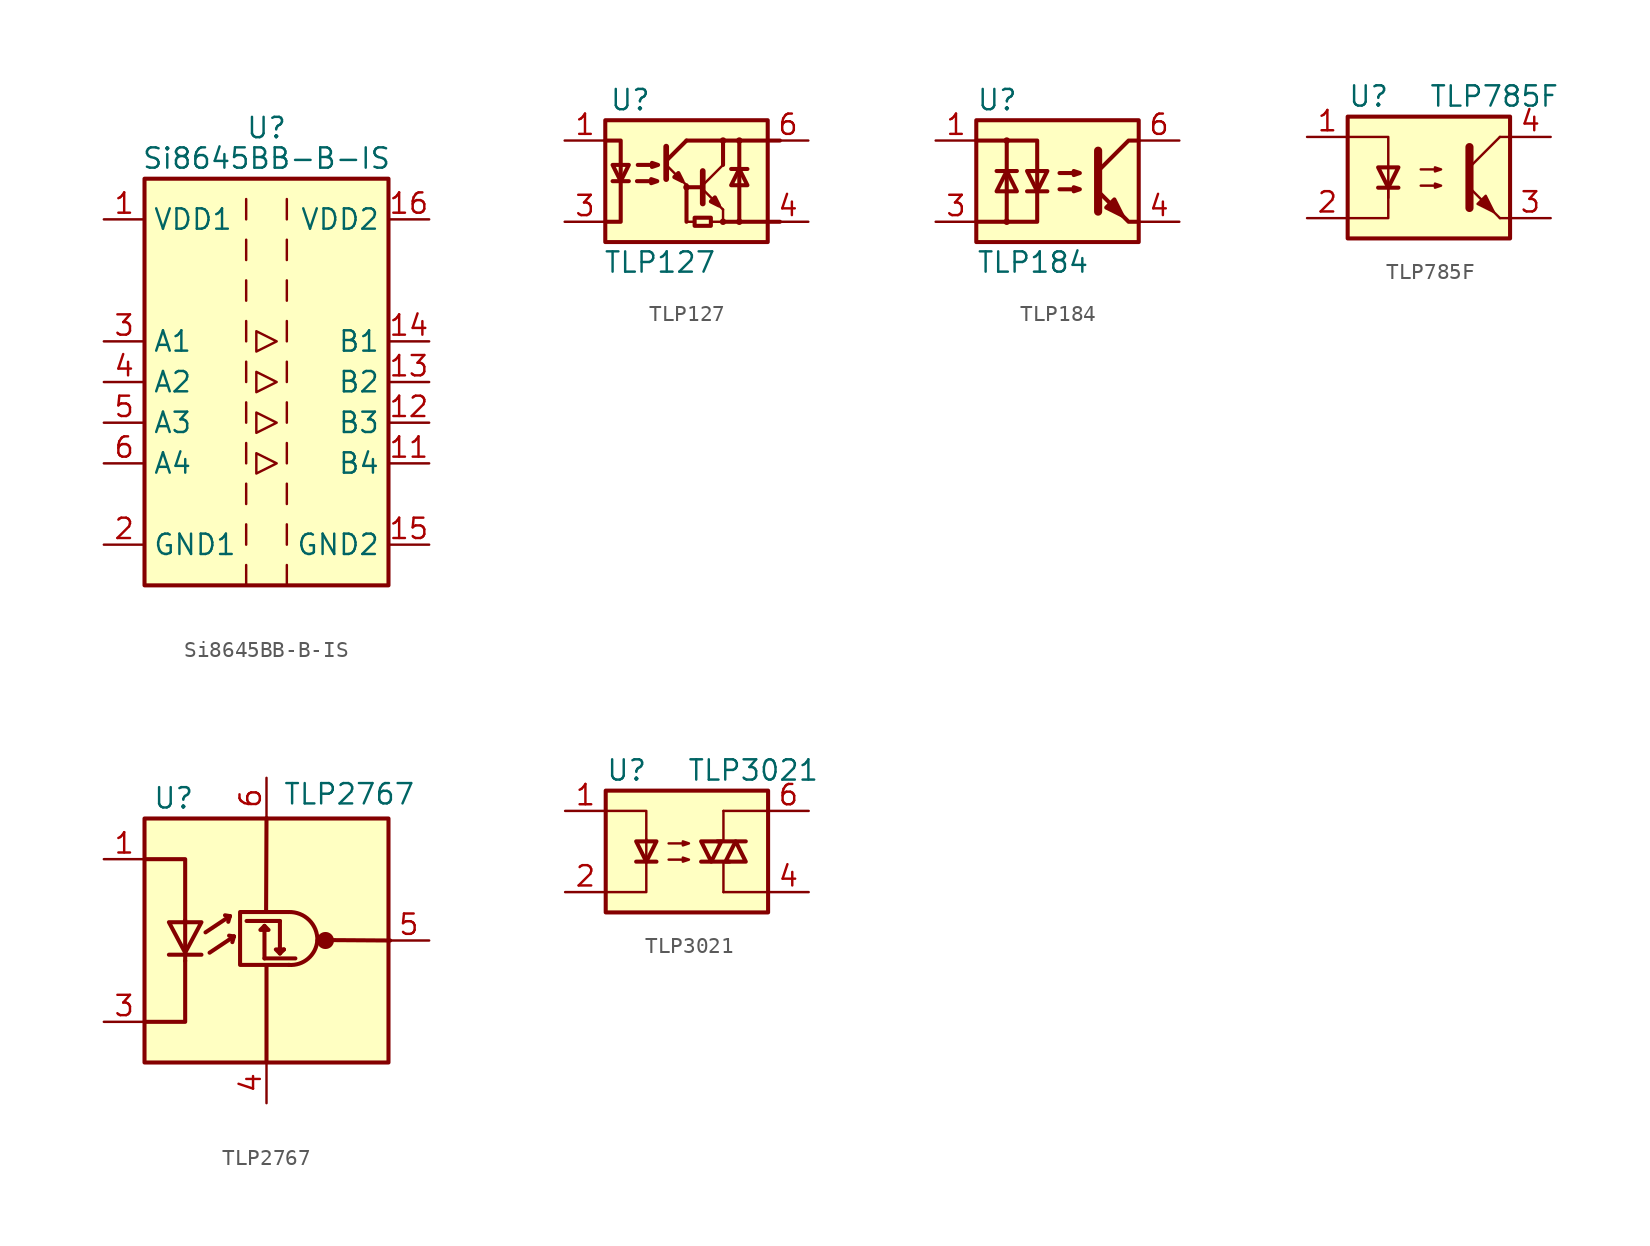
<source format=kicad_sym>
(kicad_symbol_lib
  (version 20201005)
  (generator kicad_symbol_editor)
  (symbol "Si8645BB-B-IS"
    (property "Reference" "U"
      (at 0 15.875 0)
      (effects (font (size 1.27 1.27))))
    (property "Value" "Si8645BB-B-IS"
      (at 0 13.97 0)
      (effects (font (size 1.27 1.27))))
    (symbol "Si8645BB-B-IS_0_1"
      (rectangle (start -7.62 12.7) (end 7.62 -12.7) (stroke (width 0.254)) (fill (type background)))
      (polyline (pts (xy -1.27 -11.43) (xy -1.27 -12.7)) (stroke (width 0)) (fill (type none)))
      (polyline (pts (xy -1.27 -8.89) (xy -1.27 -10.16)) (stroke (width 0)) (fill (type none)))
      (polyline (pts (xy -1.27 -6.35) (xy -1.27 -7.62)) (stroke (width 0)) (fill (type none)))
      (polyline (pts (xy -1.27 -3.81) (xy -1.27 -5.08)) (stroke (width 0)) (fill (type none)))
      (polyline (pts (xy -1.27 -1.27) (xy -1.27 -2.54)) (stroke (width 0)) (fill (type none)))
      (polyline (pts (xy -1.27 1.27) (xy -1.27 0)) (stroke (width 0)) (fill (type none)))
      (polyline (pts (xy -1.27 3.81) (xy -1.27 2.54)) (stroke (width 0)) (fill (type none)))
      (polyline (pts (xy -1.27 6.35) (xy -1.27 5.08)) (stroke (width 0)) (fill (type none)))
      (polyline (pts (xy -1.27 8.89) (xy -1.27 7.62)) (stroke (width 0)) (fill (type none)))
      (polyline (pts (xy -1.27 11.43) (xy -1.27 10.16)) (stroke (width 0)) (fill (type none)))
      (polyline (pts (xy 1.27 -11.43) (xy 1.27 -12.7)) (stroke (width 0)) (fill (type none)))
      (polyline (pts (xy 1.27 -8.89) (xy 1.27 -10.16)) (stroke (width 0)) (fill (type none)))
      (polyline (pts (xy 1.27 -6.35) (xy 1.27 -7.62)) (stroke (width 0)) (fill (type none)))
      (polyline (pts (xy 1.27 -3.81) (xy 1.27 -5.08)) (stroke (width 0)) (fill (type none)))
      (polyline (pts (xy 1.27 -1.27) (xy 1.27 -2.54)) (stroke (width 0)) (fill (type none)))
      (polyline (pts (xy 1.27 1.27) (xy 1.27 0)) (stroke (width 0)) (fill (type none)))
      (polyline (pts (xy 1.27 3.81) (xy 1.27 2.54)) (stroke (width 0)) (fill (type none)))
      (polyline (pts (xy 1.27 6.35) (xy 1.27 5.08)) (stroke (width 0)) (fill (type none)))
      (polyline (pts (xy 1.27 8.89) (xy 1.27 7.62)) (stroke (width 0)) (fill (type none)))
      (polyline (pts (xy 1.27 11.43) (xy 1.27 10.16)) (stroke (width 0)) (fill (type none)))
      (polyline (pts (xy -0.635 0.635) (xy -0.635 -0.635) (xy 0.635 0) (xy -0.635 0.635)) (stroke (width 0)) (fill (type none)))
      (polyline (pts (xy -0.635 3.175) (xy -0.635 1.905) (xy 0.635 2.54) (xy -0.635 3.175)) (stroke (width 0)) (fill (type none)))
      (polyline (pts (xy 0.635 -5.08) (xy -0.635 -4.445) (xy -0.635 -5.715) (xy 0.635 -5.08)) (stroke (width 0)) (fill (type none)))
      (polyline (pts (xy 0.635 -2.54) (xy -0.635 -1.905) (xy -0.635 -3.175) (xy 0.635 -2.54)) (stroke (width 0)) (fill (type none))))
    (symbol "Si8645BB-B-IS_1_1"
      (pin power_in line (at -10.16 10.16 0) (length 2.54) (name "VDD1" (effects (font (size 1.27 1.27)))) (number "1" (effects (font (size 1.27 1.27)))))
      (pin no_connect line (at 7.62 7.62 180) (length 2.54) hide (name "NC" (effects (font (size 1.27 1.27)))) (number "10" (effects (font (size 1.27 1.27)))))
      (pin output line (at 10.16 -5.08 180) (length 2.54) (name "B4" (effects (font (size 1.27 1.27)))) (number "11" (effects (font (size 1.27 1.27)))))
      (pin output line (at 10.16 -2.54 180) (length 2.54) (name "B3" (effects (font (size 1.27 1.27)))) (number "12" (effects (font (size 1.27 1.27)))))
      (pin output line (at 10.16 0 180) (length 2.54) (name "B2" (effects (font (size 1.27 1.27)))) (number "13" (effects (font (size 1.27 1.27)))))
      (pin output line (at 10.16 2.54 180) (length 2.54) (name "B1" (effects (font (size 1.27 1.27)))) (number "14" (effects (font (size 1.27 1.27)))))
      (pin power_in line (at 10.16 -10.16 180) (length 2.54) (name "GND2" (effects (font (size 1.27 1.27)))) (number "15" (effects (font (size 1.27 1.27)))))
      (pin power_in line (at 10.16 10.16 180) (length 2.54) (name "VDD2" (effects (font (size 1.27 1.27)))) (number "16" (effects (font (size 1.27 1.27)))))
      (pin power_in line (at -10.16 -10.16 0) (length 2.54) (name "GND1" (effects (font (size 1.27 1.27)))) (number "2" (effects (font (size 1.27 1.27)))))
      (pin input line (at -10.16 2.54 0) (length 2.54) (name "A1" (effects (font (size 1.27 1.27)))) (number "3" (effects (font (size 1.27 1.27)))))
      (pin input line (at -10.16 0 0) (length 2.54) (name "A2" (effects (font (size 1.27 1.27)))) (number "4" (effects (font (size 1.27 1.27)))))
      (pin input line (at -10.16 -2.54 0) (length 2.54) (name "A3" (effects (font (size 1.27 1.27)))) (number "5" (effects (font (size 1.27 1.27)))))
      (pin input line (at -10.16 -5.08 0) (length 2.54) (name "A4" (effects (font (size 1.27 1.27)))) (number "6" (effects (font (size 1.27 1.27)))))
      (pin no_connect line (at -7.62 7.62 0) (length 2.54) hide (name "NC" (effects (font (size 1.27 1.27)))) (number "7" (effects (font (size 1.27 1.27)))))
      (pin passive line (at -10.16 -10.16 0) (length 2.54) hide (name "GND1" (effects (font (size 1.27 1.27)))) (number "8" (effects (font (size 1.27 1.27)))))
      (pin passive line (at 10.16 -10.16 180) (length 2.54) hide (name "GND2" (effects (font (size 1.27 1.27)))) (number "9" (effects (font (size 1.27 1.27)))))))
  (symbol "TLP127"
    (pin_names
      (offset 1.016))
    (property "Reference" "U"
      (at -4.826 5.08 0)
      (effects (font (size 1.27 1.27)) (justify left)))
    (property "Value" "TLP127"
      (at -5.207 -5.08 0)
      (effects (font (size 1.27 1.27)) (justify left)))
    (symbol "TLP127_0_1"
      (circle (center 0 -0.381) (radius 0.127) (stroke (width 0)) (fill (type none)))
      (circle (center 2.286 -2.54) (radius 0.127) (stroke (width 0)) (fill (type none)))
      (circle (center 2.286 2.54) (radius 0.127) (stroke (width 0)) (fill (type none)))
      (circle (center 3.302 -2.54) (radius 0.127) (stroke (width 0)) (fill (type none)))
      (circle (center 3.302 2.54) (radius 0.127) (stroke (width 0)) (fill (type none)))
      (rectangle (start -5.08 3.81) (end 5.08 -3.81) (stroke (width 0.254)) (fill (type background)))
      (rectangle (start 0 -2.54) (end 0.508 -2.54) (stroke (width 0)) (fill (type none)))
      (rectangle (start 0 -0.254) (end 0 -2.54) (stroke (width 0.254)) (fill (type none)))
      (rectangle (start 0.508 -2.286) (end 1.524 -2.794) (stroke (width 0.254)) (fill (type none)))
      (rectangle (start 1.524 -2.54) (end 2.286 -2.54) (stroke (width 0)) (fill (type none)))
      (polyline (pts (xy -4.623 0) (xy -3.607 0)) (stroke (width 0.254)) (fill (type none)))
      (polyline (pts (xy -1.27 1.016) (xy 0 -0.254)) (stroke (width 0)) (fill (type none)))
      (polyline (pts (xy -1.27 1.27) (xy 0 2.54)) (stroke (width 0.254)) (fill (type none)))
      (polyline (pts (xy -1.27 2.159) (xy -1.27 0.127)) (stroke (width 0.356)) (fill (type none)))
      (polyline (pts (xy 0 2.54) (xy 5.842 2.54)) (stroke (width 0.254)) (fill (type none)))
      (polyline (pts (xy 1.016 -0.508) (xy 2.286 -1.778)) (stroke (width 0)) (fill (type none)))
      (polyline (pts (xy 1.016 -0.381) (xy 0 -0.381)) (stroke (width 0.254)) (fill (type none)))
      (polyline (pts (xy 1.016 -0.254) (xy 2.286 1.016)) (stroke (width 0)) (fill (type none)))
      (polyline (pts (xy 2.286 -2.54) (xy 5.842 -2.54)) (stroke (width 0.254)) (fill (type none)))
      (polyline (pts (xy 2.286 -1.778) (xy 2.286 -2.54)) (stroke (width 0)) (fill (type none)))
      (polyline (pts (xy 2.286 1.016) (xy 2.286 2.54)) (stroke (width 0.254)) (fill (type none)))
      (polyline (pts (xy 2.794 0.762) (xy 3.81 0.762)) (stroke (width 0.254)) (fill (type none)))
      (polyline (pts (xy 3.302 -2.54) (xy 3.302 2.54)) (stroke (width 0.254)) (fill (type none)))
      (polyline (pts (xy 3.302 0.635) (xy 3.302 2.54)) (stroke (width 0)) (fill (type none)))
      (polyline (pts (xy 1.016 0.635) (xy 1.016 -1.397) (xy 1.016 -1.397)) (stroke (width 0.356)) (fill (type none)))
      (polyline (pts (xy -5.08 2.54) (xy -4.115 2.54) (xy -4.115 -2.54) (xy -5.08 -2.54)) (stroke (width 0.254)) (fill (type none)))
      (polyline (pts (xy -4.115 0) (xy -3.607 1.016) (xy -4.623 1.016) (xy -4.115 0)) (stroke (width 0.254)) (fill (type none)))
      (polyline (pts (xy -0.254 0) (xy -0.508 0.508) (xy -0.762 0.254) (xy -0.254 0)) (stroke (width 0.254)) (fill (type none)))
      (polyline (pts (xy 2.032 -1.524) (xy 1.778 -1.016) (xy 1.524 -1.27) (xy 2.032 -1.524)) (stroke (width 0.254)) (fill (type none)))
      (polyline (pts (xy 3.302 0.762) (xy 2.794 -0.254) (xy 3.81 -0.254) (xy 3.302 0.762)) (stroke (width 0.254)) (fill (type none)))
      (polyline (pts (xy -3.099 0) (xy -1.829 0) (xy -2.21 -0.127) (xy -2.21 0.127) (xy -1.829 0)) (stroke (width 0.254)) (fill (type none)))
      (polyline (pts (xy -3.048 1.016) (xy -1.778 1.016) (xy -2.159 0.889) (xy -2.159 1.143) (xy -1.778 1.016)) (stroke (width 0.254)) (fill (type none))))
    (symbol "TLP127_1_1"
      (pin passive line (at -7.62 2.54 0) (length 2.54) (name "~" (effects (font (size 1.27 1.27)))) (number "1" (effects (font (size 1.27 1.27)))))
      (pin passive line (at -7.62 -2.54 0) (length 2.54) (name "~" (effects (font (size 1.27 1.27)))) (number "3" (effects (font (size 1.27 1.27)))))
      (pin passive line (at 7.62 -2.54 180) (length 2.54) (name "~" (effects (font (size 1.27 1.27)))) (number "4" (effects (font (size 1.27 1.27)))))
      (pin open_collector line (at 7.62 2.54 180) (length 2.54) (name "~" (effects (font (size 1.27 1.27)))) (number "6" (effects (font (size 1.27 1.27)))))))
  (symbol "TLP184"
    (property "Reference" "U"
      (at -5.08 5.08 0)
      (effects (font (size 1.27 1.27)) (justify left)))
    (property "Value" "TLP184"
      (at -5.08 -5.08 0)
      (effects (font (size 1.27 1.27)) (justify left)))
    (symbol "TLP184_0_1"
      (circle (center -3.175 -2.54) (radius 0.127) (stroke (width 0)) (fill (type none)))
      (circle (center -3.175 2.54) (radius 0.127) (stroke (width 0)) (fill (type none)))
      (rectangle (start -5.08 3.81) (end 5.08 -3.81) (stroke (width 0.254)) (fill (type background)))
      (polyline (pts (xy -3.81 0.635) (xy -2.54 0.635)) (stroke (width 0.254)) (fill (type none)))
      (polyline (pts (xy -1.905 -0.635) (xy -0.635 -0.635)) (stroke (width 0.254)) (fill (type none)))
      (polyline (pts (xy 2.54 1.905) (xy 2.54 -1.905) (xy 2.54 -1.905)) (stroke (width 0.508)) (fill (type none)))
      (polyline (pts (xy 5.08 -2.54) (xy 4.445 -2.54) (xy 2.54 -0.635)) (stroke (width 0.254)) (fill (type none)))
      (polyline (pts (xy 5.08 2.54) (xy 4.445 2.54) (xy 2.54 0.635)) (stroke (width 0.254)) (fill (type none)))
      (polyline (pts (xy -5.08 2.54) (xy -3.175 2.54) (xy -3.175 -2.54) (xy -5.08 -2.54)) (stroke (width 0.254)) (fill (type none)))
      (polyline (pts (xy -3.175 -2.54) (xy -1.27 -2.54) (xy -1.27 2.54) (xy -3.175 2.54)) (stroke (width 0.254)) (fill (type none)))
      (polyline (pts (xy -3.175 0.635) (xy -3.81 -0.635) (xy -2.54 -0.635) (xy -3.175 0.635)) (stroke (width 0.254)) (fill (type none)))
      (polyline (pts (xy -1.27 -0.635) (xy -1.905 0.635) (xy -0.635 0.635) (xy -1.27 -0.635)) (stroke (width 0.254)) (fill (type none)))
      (polyline (pts (xy 0.127 -0.508) (xy 1.397 -0.508) (xy 1.016 -0.635) (xy 1.016 -0.381) (xy 1.397 -0.508)) (stroke (width 0.254)) (fill (type none)))
      (polyline (pts (xy 0.127 0.508) (xy 1.397 0.508) (xy 1.016 0.381) (xy 1.016 0.635) (xy 1.397 0.508)) (stroke (width 0.254)) (fill (type none)))
      (polyline (pts (xy 3.048 -1.651) (xy 3.556 -1.143) (xy 4.064 -2.159) (xy 3.048 -1.651) (xy 3.048 -1.651)) (stroke (width 0.254)) (fill (type outline))))
    (symbol "TLP184_1_1"
      (pin passive line (at -7.62 2.54 0) (length 2.54) (name "~" (effects (font (size 1.27 1.27)))) (number "1" (effects (font (size 1.27 1.27)))))
      (pin passive line (at -7.62 -2.54 0) (length 2.54) (name "~" (effects (font (size 1.27 1.27)))) (number "3" (effects (font (size 1.27 1.27)))))
      (pin passive line (at 7.62 -2.54 180) (length 2.54) (name "~" (effects (font (size 1.27 1.27)))) (number "4" (effects (font (size 1.27 1.27)))))
      (pin passive line (at 7.62 2.54 180) (length 2.54) (name "~" (effects (font (size 1.27 1.27)))) (number "6" (effects (font (size 1.27 1.27)))))))
  (symbol "TLP785F"
    (pin_names
      (offset 1.016))
    (property "Reference" "U"
      (at -5.08 5.08 0)
      (effects (font (size 1.27 1.27)) (justify left)))
    (property "Value" "TLP785F"
      (at 0 5.08 0)
      (effects (font (size 1.27 1.27)) (justify left)))
    (symbol "TLP785F_0_1"
      (rectangle (start -5.08 3.81) (end 5.08 -3.81) (stroke (width 0.254)) (fill (type background)))
      (polyline (pts (xy -3.175 -0.635) (xy -1.905 -0.635)) (stroke (width 0.254)) (fill (type none)))
      (polyline (pts (xy 2.54 0.635) (xy 4.445 2.54)) (stroke (width 0)) (fill (type none)))
      (polyline (pts (xy 4.445 -2.54) (xy 2.54 -0.635)) (stroke (width 0)) (fill (type outline)))
      (polyline (pts (xy 4.445 -2.54) (xy 5.08 -2.54)) (stroke (width 0)) (fill (type none)))
      (polyline (pts (xy 4.445 2.54) (xy 5.08 2.54)) (stroke (width 0)) (fill (type none)))
      (polyline (pts (xy -2.54 -0.635) (xy -2.54 -2.54) (xy -5.08 -2.54)) (stroke (width 0)) (fill (type none)))
      (polyline (pts (xy 2.54 1.905) (xy 2.54 -1.905) (xy 2.54 -1.905)) (stroke (width 0.508)) (fill (type none)))
      (polyline (pts (xy -5.08 2.54) (xy -2.54 2.54) (xy -2.54 -1.27) (xy -2.54 0.635)) (stroke (width 0)) (fill (type none)))
      (polyline (pts (xy -2.54 -0.635) (xy -3.175 0.635) (xy -1.905 0.635) (xy -2.54 -0.635)) (stroke (width 0.254)) (fill (type none)))
      (polyline (pts (xy -0.508 -0.508) (xy 0.762 -0.508) (xy 0.381 -0.635) (xy 0.381 -0.381) (xy 0.762 -0.508)) (stroke (width 0)) (fill (type none)))
      (polyline (pts (xy -0.508 0.508) (xy 0.762 0.508) (xy 0.381 0.381) (xy 0.381 0.635) (xy 0.762 0.508)) (stroke (width 0)) (fill (type none)))
      (polyline (pts (xy 3.048 -1.651) (xy 3.556 -1.143) (xy 4.064 -2.159) (xy 3.048 -1.651) (xy 3.048 -1.651)) (stroke (width 0)) (fill (type outline))))
    (symbol "TLP785F_1_1"
      (pin passive line (at -7.62 2.54 0) (length 2.54) (name "~" (effects (font (size 1.27 1.27)))) (number "1" (effects (font (size 1.27 1.27)))))
      (pin passive line (at -7.62 -2.54 0) (length 2.54) (name "~" (effects (font (size 1.27 1.27)))) (number "2" (effects (font (size 1.27 1.27)))))
      (pin passive line (at 7.62 -2.54 180) (length 2.54) (name "~" (effects (font (size 1.27 1.27)))) (number "3" (effects (font (size 1.27 1.27)))))
      (pin passive line (at 7.62 2.54 180) (length 2.54) (name "~" (effects (font (size 1.27 1.27)))) (number "4" (effects (font (size 1.27 1.27)))))))
  (symbol "TLP2767"
    (pin_names
      (offset 1.016) hide)
    (property "Reference" "U"
      (at -7.112 8.89 0)
      (effects (font (size 1.27 1.27)) (justify left)))
    (property "Value" "TLP2767"
      (at 1.016 9.144 0)
      (effects (font (size 1.27 1.27)) (justify left)))
    (symbol "TLP2767_0_1"
      (arc (start 3.175 0) (end 1.397 1.778) (radius (at 1.4224 0) (length 1.7526) (angles 0 90.8)) (stroke (width 0.254)) (fill (type none)))
      (arc (start 3.175 0) (end 1.397 -1.524) (radius (at 1.524 0.127) (length 1.651) (angles -4.4 -94.4)) (stroke (width 0.254)) (fill (type none)))
      (circle (center 3.683 0) (radius 0.457) (stroke (width 0)) (fill (type outline)))
      (rectangle (start -7.62 7.62) (end 7.62 -7.62) (stroke (width 0.254)) (fill (type background)))
      (polyline (pts (xy -6.096 -0.889) (xy -4.064 -0.889)) (stroke (width 0.254)) (fill (type none)))
      (polyline (pts (xy -5.08 -1.27) (xy -5.08 -0.762)) (stroke (width 0.254)) (fill (type none)))
      (polyline (pts (xy -5.08 1.27) (xy -5.08 -0.762)) (stroke (width 0.254)) (fill (type none)))
      (polyline (pts (xy -3.81 0.508) (xy -2.286 1.524)) (stroke (width 0.254)) (fill (type none)))
      (polyline (pts (xy -3.556 -0.762) (xy -2.032 0.254)) (stroke (width 0.254)) (fill (type none)))
      (polyline (pts (xy -2.286 1.524) (xy -2.591 1.575)) (stroke (width 0.254)) (fill (type none)))
      (polyline (pts (xy -2.286 1.524) (xy -2.388 1.168)) (stroke (width 0.254)) (fill (type none)))
      (polyline (pts (xy -2.032 0.254) (xy -2.337 0.305)) (stroke (width 0.254)) (fill (type none)))
      (polyline (pts (xy -2.032 0.254) (xy -2.134 -0.102)) (stroke (width 0.254)) (fill (type none)))
      (polyline (pts (xy -0.127 -1.118) (xy 1.803 -1.118)) (stroke (width 0.254)) (fill (type none)))
      (polyline (pts (xy -0.127 0.914) (xy -0.127 -1.118)) (stroke (width 0.254)) (fill (type none)))
      (polyline (pts (xy 0 -7.595) (xy 0 -1.575)) (stroke (width 0.254)) (fill (type none)))
      (polyline (pts (xy 0 7.645) (xy -0.025 1.829)) (stroke (width 0.254)) (fill (type none)))
      (polyline (pts (xy 0.838 1.219) (xy -1.245 1.219)) (stroke (width 0.254)) (fill (type none)))
      (polyline (pts (xy 4.064 0.025) (xy 7.722 0)) (stroke (width 0.254)) (fill (type none)))
      (polyline (pts (xy -7.62 -5.08) (xy -5.08 -5.08) (xy -5.08 -1.27)) (stroke (width 0.254)) (fill (type none)))
      (polyline (pts (xy -5.08 1.27) (xy -5.08 5.08) (xy -7.62 5.08)) (stroke (width 0.254)) (fill (type none)))
      (polyline (pts (xy 0.838 -0.813) (xy 0.584 -0.559) (xy 1.092 -0.559)) (stroke (width 0.254)) (fill (type none)))
      (polyline (pts (xy 0.838 1.219) (xy 0.838 -0.813) (xy 1.092 -0.559)) (stroke (width 0.254)) (fill (type none)))
      (polyline (pts (xy -6.096 1.143) (xy -4.064 1.143) (xy -5.08 -0.762) (xy -6.096 1.143)) (stroke (width 0.254)) (fill (type none)))
      (polyline (pts (xy -0.127 0.914) (xy -0.381 0.66) (xy 0.127 0.66) (xy -0.127 0.914)) (stroke (width 0.254)) (fill (type none)))
      (polyline (pts (xy 1.397 1.778) (xy -1.651 1.778) (xy -1.651 -1.524) (xy 1.397 -1.524)) (stroke (width 0.254)) (fill (type none))))
    (symbol "TLP2767_1_1"
      (pin passive line (at -10.16 5.08 0) (length 2.54) (name "A" (effects (font (size 1.27 1.27)))) (number "1" (effects (font (size 1.27 1.27)))))
      (pin no_connect line (at -7.62 0 0) (length 2.54) hide (name "NC" (effects (font (size 1.27 1.27)))) (number "2" (effects (font (size 1.27 1.27)))))
      (pin passive line (at -10.16 -5.08 0) (length 2.54) (name "K" (effects (font (size 1.27 1.27)))) (number "3" (effects (font (size 1.27 1.27)))))
      (pin power_in line (at 0 -10.16 90) (length 2.54) (name "GND" (effects (font (size 1.27 1.27)))) (number "4" (effects (font (size 1.27 1.27)))))
      (pin output line (at 10.16 0 180) (length 2.54) (name "VO" (effects (font (size 1.27 1.27)))) (number "5" (effects (font (size 1.27 1.27)))))
      (pin power_in line (at 0 10.16 270) (length 2.54) (name "VDD" (effects (font (size 1.27 1.27)))) (number "6" (effects (font (size 1.27 1.27)))))))
  (symbol "TLP3021"
    (pin_names
      (offset 1.016))
    (property "Reference" "U"
      (at -5.08 5.08 0)
      (effects (font (size 1.27 1.27)) (justify left)))
    (property "Value" "TLP3021"
      (at 0 5.08 0)
      (effects (font (size 1.27 1.27)) (justify left)))
    (symbol "TLP3021_0_1"
      (rectangle (start -5.08 3.81) (end 5.08 -3.81) (stroke (width 0.254)) (fill (type background)))
      (polyline (pts (xy -3.175 -0.635) (xy -1.905 -0.635)) (stroke (width 0.254)) (fill (type none)))
      (polyline (pts (xy 1.905 0.635) (xy 3.683 0.635)) (stroke (width 0.254)) (fill (type none)))
      (polyline (pts (xy 2.286 -2.54) (xy 2.286 -0.635)) (stroke (width 0)) (fill (type none)))
      (polyline (pts (xy 2.286 -2.54) (xy 5.08 -2.54)) (stroke (width 0)) (fill (type none)))
      (polyline (pts (xy 2.286 2.54) (xy 2.286 0.635)) (stroke (width 0)) (fill (type none)))
      (polyline (pts (xy 2.286 2.54) (xy 5.08 2.54)) (stroke (width 0)) (fill (type none)))
      (polyline (pts (xy 2.667 -0.635) (xy 0.889 -0.635)) (stroke (width 0.254)) (fill (type none)))
      (polyline (pts (xy -5.08 2.54) (xy -2.54 2.54) (xy -2.54 0.635)) (stroke (width 0)) (fill (type none)))
      (polyline (pts (xy -2.54 0.762) (xy -2.54 -2.54) (xy -5.08 -2.54)) (stroke (width 0)) (fill (type none)))
      (polyline (pts (xy -2.54 -0.635) (xy -3.175 0.635) (xy -1.905 0.635) (xy -2.54 -0.635)) (stroke (width 0.254)) (fill (type none)))
      (polyline (pts (xy 1.524 -0.635) (xy 2.159 0.635) (xy 0.889 0.635) (xy 1.524 -0.635)) (stroke (width 0.254)) (fill (type none)))
      (polyline (pts (xy 3.048 0.635) (xy 2.413 -0.635) (xy 3.683 -0.635) (xy 3.048 0.635)) (stroke (width 0.254)) (fill (type none)))
      (polyline (pts (xy -1.143 -0.508) (xy 0.127 -0.508) (xy -0.254 -0.635) (xy -0.254 -0.381) (xy 0.127 -0.508)) (stroke (width 0)) (fill (type none)))
      (polyline (pts (xy -1.143 0.508) (xy 0.127 0.508) (xy -0.254 0.381) (xy -0.254 0.635) (xy 0.127 0.508)) (stroke (width 0)) (fill (type none))))
    (symbol "TLP3021_1_1"
      (pin passive line (at -7.62 2.54 0) (length 2.54) (name "~" (effects (font (size 1.27 1.27)))) (number "1" (effects (font (size 1.27 1.27)))))
      (pin passive line (at -7.62 -2.54 0) (length 2.54) (name "~" (effects (font (size 1.27 1.27)))) (number "2" (effects (font (size 1.27 1.27)))))
      (pin no_connect line (at -5.08 0 0) (length 2.54) hide (name "NC" (effects (font (size 1.27 1.27)))) (number "3" (effects (font (size 1.27 1.27)))))
      (pin passive line (at 7.62 -2.54 180) (length 2.54) (name "~" (effects (font (size 1.27 1.27)))) (number "4" (effects (font (size 1.27 1.27)))))
      (pin passive line (at 7.62 2.54 180) (length 2.54) (name "~" (effects (font (size 1.27 1.27)))) (number "6" (effects (font (size 1.27 1.27))))))))
</source>
